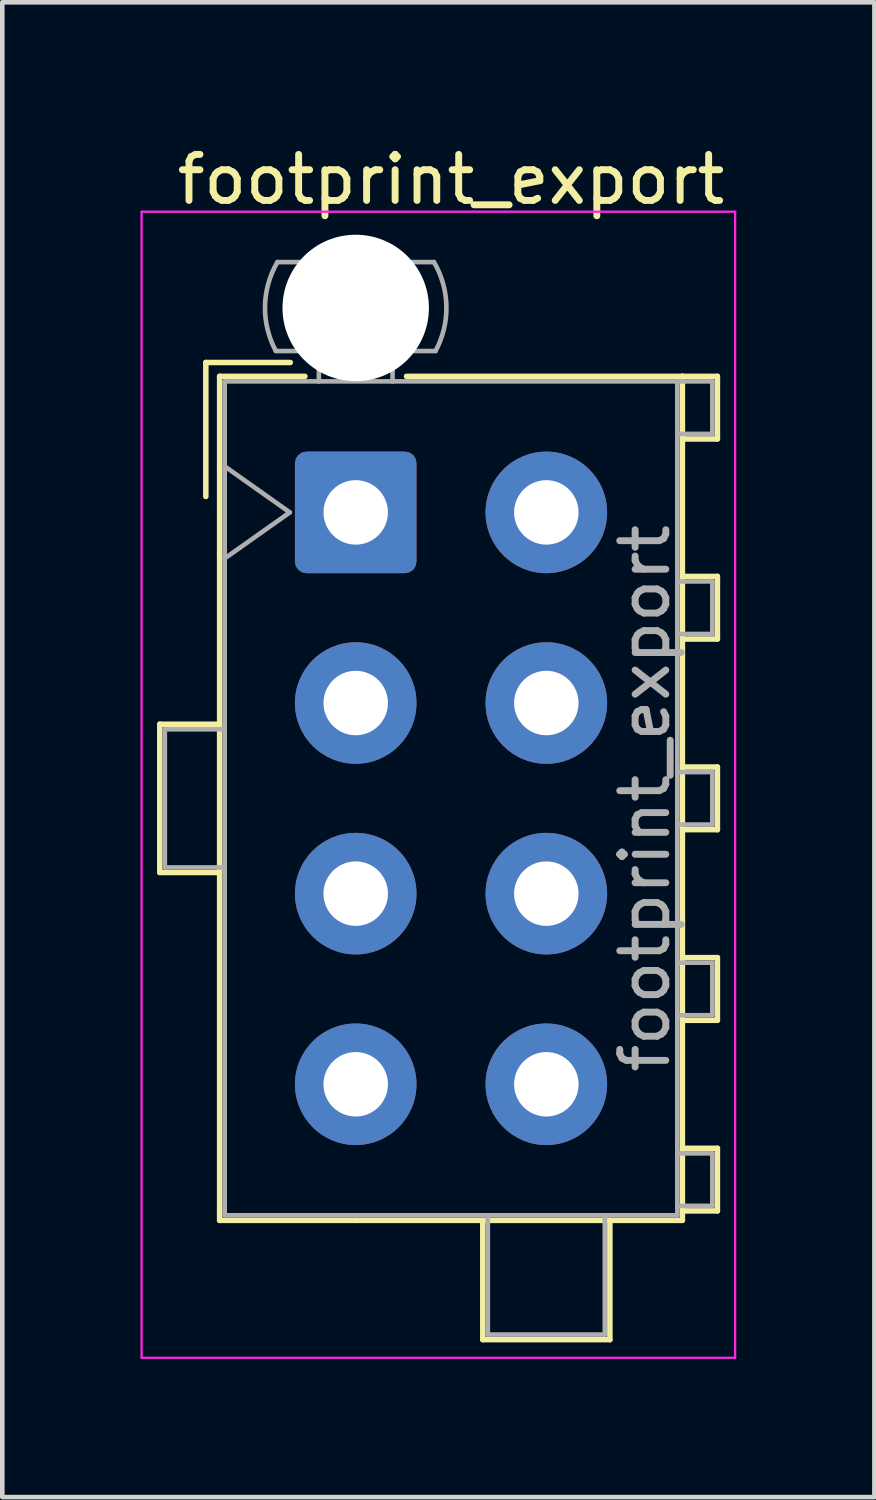
<source format=kicad_pcb>
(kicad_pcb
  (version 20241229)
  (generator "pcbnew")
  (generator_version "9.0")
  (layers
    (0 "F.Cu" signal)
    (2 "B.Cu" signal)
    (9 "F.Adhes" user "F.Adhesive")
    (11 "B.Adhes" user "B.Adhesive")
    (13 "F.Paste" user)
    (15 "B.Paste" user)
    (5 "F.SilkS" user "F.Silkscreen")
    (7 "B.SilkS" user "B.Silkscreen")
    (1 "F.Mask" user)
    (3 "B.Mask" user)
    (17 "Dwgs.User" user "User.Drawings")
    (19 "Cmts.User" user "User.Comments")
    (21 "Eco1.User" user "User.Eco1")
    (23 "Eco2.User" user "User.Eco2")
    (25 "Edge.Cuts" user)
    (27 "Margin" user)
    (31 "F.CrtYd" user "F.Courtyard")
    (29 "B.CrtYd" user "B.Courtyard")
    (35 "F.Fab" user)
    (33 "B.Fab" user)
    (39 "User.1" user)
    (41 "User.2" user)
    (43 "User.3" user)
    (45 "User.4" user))
  (footprint "footprint_export"
    (layer "F.Cu")
    (at 4.675 8.078)
    (property "Reference" "footprint_export" (at 2.07 -7.23 0) (layer "F.SilkS") (effects (font (size 1 1) (thickness 0.15))))
    (attr through_hole)
    (fp_line (start -4.255 4.6) (end -4.255 7.82) (stroke (width 0.12) (type solid)) (layer "F.SilkS"))
    (fp_line (start -4.255 7.82) (end -2.955 7.82) (stroke (width 0.12) (type solid)) (layer "F.SilkS"))
    (fp_line (start -3.255 -3.255) (end -3.255 -0.345) (stroke (width 0.12) (type solid)) (layer "F.SilkS"))
    (fp_line (start -2.955 -2.955) (end -2.955 15.375) (stroke (width 0.12) (type solid)) (layer "F.SilkS"))
    (fp_line (start -2.955 4.6) (end -4.255 4.6) (stroke (width 0.12) (type solid)) (layer "F.SilkS"))
    (fp_line (start -2.955 15.375) (end 0 15.375) (stroke (width 0.12) (type solid)) (layer "F.SilkS"))
    (fp_line (start -1.421 -3.255) (end -3.255 -3.255) (stroke (width 0.12) (type solid)) (layer "F.SilkS"))
    (fp_line (start -1.103 -2.955) (end -2.955 -2.955) (stroke (width 0.12) (type solid)) (layer "F.SilkS"))
    (fp_line (start 1.103 -2.955) (end 7.095 -2.955) (stroke (width 0.12) (type solid)) (layer "F.SilkS"))
    (fp_line (start 2.76 15.375) (end 2.76 17.966) (stroke (width 0.12) (type solid)) (layer "F.SilkS"))
    (fp_line (start 2.76 17.966) (end 5.52 17.966) (stroke (width 0.12) (type solid)) (layer "F.SilkS"))
    (fp_line (start 5.52 17.966) (end 5.52 15.375) (stroke (width 0.12) (type solid)) (layer "F.SilkS"))
    (fp_line (start 7.095 -2.955) (end 7.095 15.375) (stroke (width 0.12) (type solid)) (layer "F.SilkS"))
    (fp_line (start 7.095 -2.955) (end 7.855 -2.955) (stroke (width 0.12) (type solid)) (layer "F.SilkS"))
    (fp_line (start 7.095 1.39) (end 7.855 1.39) (stroke (width 0.12) (type solid)) (layer "F.SilkS"))
    (fp_line (start 7.095 5.53) (end 7.855 5.53) (stroke (width 0.12) (type solid)) (layer "F.SilkS"))
    (fp_line (start 7.095 9.67) (end 7.855 9.67) (stroke (width 0.12) (type solid)) (layer "F.SilkS"))
    (fp_line (start 7.095 13.81) (end 7.855 13.81) (stroke (width 0.12) (type solid)) (layer "F.SilkS"))
    (fp_line (start 7.095 15.375) (end 0 15.375) (stroke (width 0.12) (type solid)) (layer "F.SilkS"))
    (fp_line (start 7.855 -2.955) (end 7.855 -1.595) (stroke (width 0.12) (type solid)) (layer "F.SilkS"))
    (fp_line (start 7.855 -1.595) (end 7.095 -1.595) (stroke (width 0.12) (type solid)) (layer "F.SilkS"))
    (fp_line (start 7.855 1.39) (end 7.855 2.75) (stroke (width 0.12) (type solid)) (layer "F.SilkS"))
    (fp_line (start 7.855 2.75) (end 7.095 2.75) (stroke (width 0.12) (type solid)) (layer "F.SilkS"))
    (fp_line (start 7.855 5.53) (end 7.855 6.89) (stroke (width 0.12) (type solid)) (layer "F.SilkS"))
    (fp_line (start 7.855 6.89) (end 7.095 6.89) (stroke (width 0.12) (type solid)) (layer "F.SilkS"))
    (fp_line (start 7.855 9.67) (end 7.855 11.03) (stroke (width 0.12) (type solid)) (layer "F.SilkS"))
    (fp_line (start 7.855 11.03) (end 7.095 11.03) (stroke (width 0.12) (type solid)) (layer "F.SilkS"))
    (fp_line (start 7.855 13.81) (end 7.855 15.17) (stroke (width 0.12) (type solid)) (layer "F.SilkS"))
    (fp_line (start 7.855 15.17) (end 7.095 15.17) (stroke (width 0.12) (type solid)) (layer "F.SilkS"))
    (fp_line (start -4.65 -6.53) (end -4.65 18.36) (stroke (width 0.05) (type solid)) (layer "F.CrtYd"))
    (fp_line (start -4.65 18.36) (end 8.24 18.36) (stroke (width 0.05) (type solid)) (layer "F.CrtYd"))
    (fp_line (start 8.24 -6.53) (end -4.65 -6.53) (stroke (width 0.05) (type solid)) (layer "F.CrtYd"))
    (fp_line (start 8.24 18.36) (end 8.24 -6.53) (stroke (width 0.05) (type solid)) (layer "F.CrtYd"))
    (fp_line (start -4.145 4.71) (end -4.145 7.71) (stroke (width 0.1) (type solid)) (layer "F.Fab"))
    (fp_line (start -4.145 7.71) (end -2.845 7.71) (stroke (width 0.1) (type solid)) (layer "F.Fab"))
    (fp_line (start -2.845 -2.845) (end -2.845 15.265) (stroke (width 0.1) (type solid)) (layer "F.Fab"))
    (fp_line (start -2.845 -1) (end -1.431 0) (stroke (width 0.1) (type solid)) (layer "F.Fab"))
    (fp_line (start -2.845 4.71) (end -4.145 4.71) (stroke (width 0.1) (type solid)) (layer "F.Fab"))
    (fp_line (start -2.845 15.265) (end 6.985 15.265) (stroke (width 0.1) (type solid)) (layer "F.Fab"))
    (fp_line (start -1.431 0) (end -2.845 1) (stroke (width 0.1) (type solid)) (layer "F.Fab"))
    (fp_line (start -0.8 -2.845) (end -0.8 -3.505) (stroke (width 0.1) (type solid)) (layer "F.Fab"))
    (fp_line (start 0.8 -2.845) (end 0.8 -3.505) (stroke (width 0.1) (type solid)) (layer "F.Fab"))
    (fp_line (start 1.7 -5.436) (end -1.7 -5.436) (stroke (width 0.1) (type solid)) (layer "F.Fab"))
    (fp_line (start 1.734 -3.505) (end -1.734 -3.505) (stroke (width 0.1) (type solid)) (layer "F.Fab"))
    (fp_line (start 2.87 15.265) (end 2.87 17.856) (stroke (width 0.1) (type solid)) (layer "F.Fab"))
    (fp_line (start 2.87 17.856) (end 5.41 17.856) (stroke (width 0.1) (type solid)) (layer "F.Fab"))
    (fp_line (start 5.41 17.856) (end 5.41 15.265) (stroke (width 0.1) (type solid)) (layer "F.Fab"))
    (fp_line (start 6.985 -2.845) (end -2.845 -2.845) (stroke (width 0.1) (type solid)) (layer "F.Fab"))
    (fp_line (start 6.985 -2.845) (end 7.745 -2.845) (stroke (width 0.1) (type solid)) (layer "F.Fab"))
    (fp_line (start 6.985 1.5) (end 7.745 1.5) (stroke (width 0.1) (type solid)) (layer "F.Fab"))
    (fp_line (start 6.985 5.64) (end 7.745 5.64) (stroke (width 0.1) (type solid)) (layer "F.Fab"))
    (fp_line (start 6.985 9.78) (end 7.745 9.78) (stroke (width 0.1) (type solid)) (layer "F.Fab"))
    (fp_line (start 6.985 13.92) (end 7.745 13.92) (stroke (width 0.1) (type solid)) (layer "F.Fab"))
    (fp_line (start 6.985 15.265) (end 6.985 -2.845) (stroke (width 0.1) (type solid)) (layer "F.Fab"))
    (fp_line (start 7.745 -2.845) (end 7.745 -1.705) (stroke (width 0.1) (type solid)) (layer "F.Fab"))
    (fp_line (start 7.745 -1.705) (end 6.985 -1.705) (stroke (width 0.1) (type solid)) (layer "F.Fab"))
    (fp_line (start 7.745 1.5) (end 7.745 2.64) (stroke (width 0.1) (type solid)) (layer "F.Fab"))
    (fp_line (start 7.745 2.64) (end 6.985 2.64) (stroke (width 0.1) (type solid)) (layer "F.Fab"))
    (fp_line (start 7.745 5.64) (end 7.745 6.78) (stroke (width 0.1) (type solid)) (layer "F.Fab"))
    (fp_line (start 7.745 6.78) (end 6.985 6.78) (stroke (width 0.1) (type solid)) (layer "F.Fab"))
    (fp_line (start 7.745 9.78) (end 7.745 10.92) (stroke (width 0.1) (type solid)) (layer "F.Fab"))
    (fp_line (start 7.745 10.92) (end 6.985 10.92) (stroke (width 0.1) (type solid)) (layer "F.Fab"))
    (fp_line (start 7.745 13.92) (end 7.745 15.06) (stroke (width 0.1) (type solid)) (layer "F.Fab"))
    (fp_line (start 7.745 15.06) (end 6.985 15.06) (stroke (width 0.1) (type solid)) (layer "F.Fab"))
    (fp_arc (start -1.733977 -3.505) (mid -1.96969 -4.474992) (end -1.699672 -5.436) (stroke (width 0.1) (type solid)) (layer "F.Fab"))
    (fp_arc (start 1.699672 -5.436) (mid 1.969689 -4.474992) (end 1.733977 -3.505) (stroke (width 0.1) (type solid)) (layer "F.Fab"))
    (fp_text user "${REFERENCE}" (at 6.28 6.21 90) (layer "F.Fab") (effects (font (size 1 1) (thickness 0.15))))
    (pad "" np_thru_hole circle (at 0 -4.44) (size 3.18 3.18) (drill 3.18) (layers "*.Cu" "*.Mask"))
    (pad "1" thru_hole roundrect (at 0 0) (size 2.64 2.64) (drill 1.4) (layers "*.Cu" "*.Mask") (roundrect_rratio 0.095))
    (pad "2" thru_hole circle (at 0 4.14) (size 2.64 2.64) (drill 1.4) (layers "*.Cu" "*.Mask"))
    (pad "3" thru_hole circle (at 0 8.28) (size 2.64 2.64) (drill 1.4) (layers "*.Cu" "*.Mask"))
    (pad "4" thru_hole circle (at 0 12.42) (size 2.64 2.64) (drill 1.4) (layers "*.Cu" "*.Mask"))
    (pad "5" thru_hole circle (at 4.14 0) (size 2.64 2.64) (drill 1.4) (layers "*.Cu" "*.Mask"))
    (pad "6" thru_hole circle (at 4.14 4.14) (size 2.64 2.64) (drill 1.4) (layers "*.Cu" "*.Mask"))
    (pad "7" thru_hole circle (at 4.14 8.28) (size 2.64 2.64) (drill 1.4) (layers "*.Cu" "*.Mask"))
    (pad "8" thru_hole circle (at 4.14 12.42) (size 2.64 2.64) (drill 1.4) (layers "*.Cu" "*.Mask")))
  (gr_rect
    (start -3 -3)
    (end 15.94 29.463)
    (stroke (width 0.1) (type default))
    (fill no)
    (layer "Edge.Cuts")))
</source>
